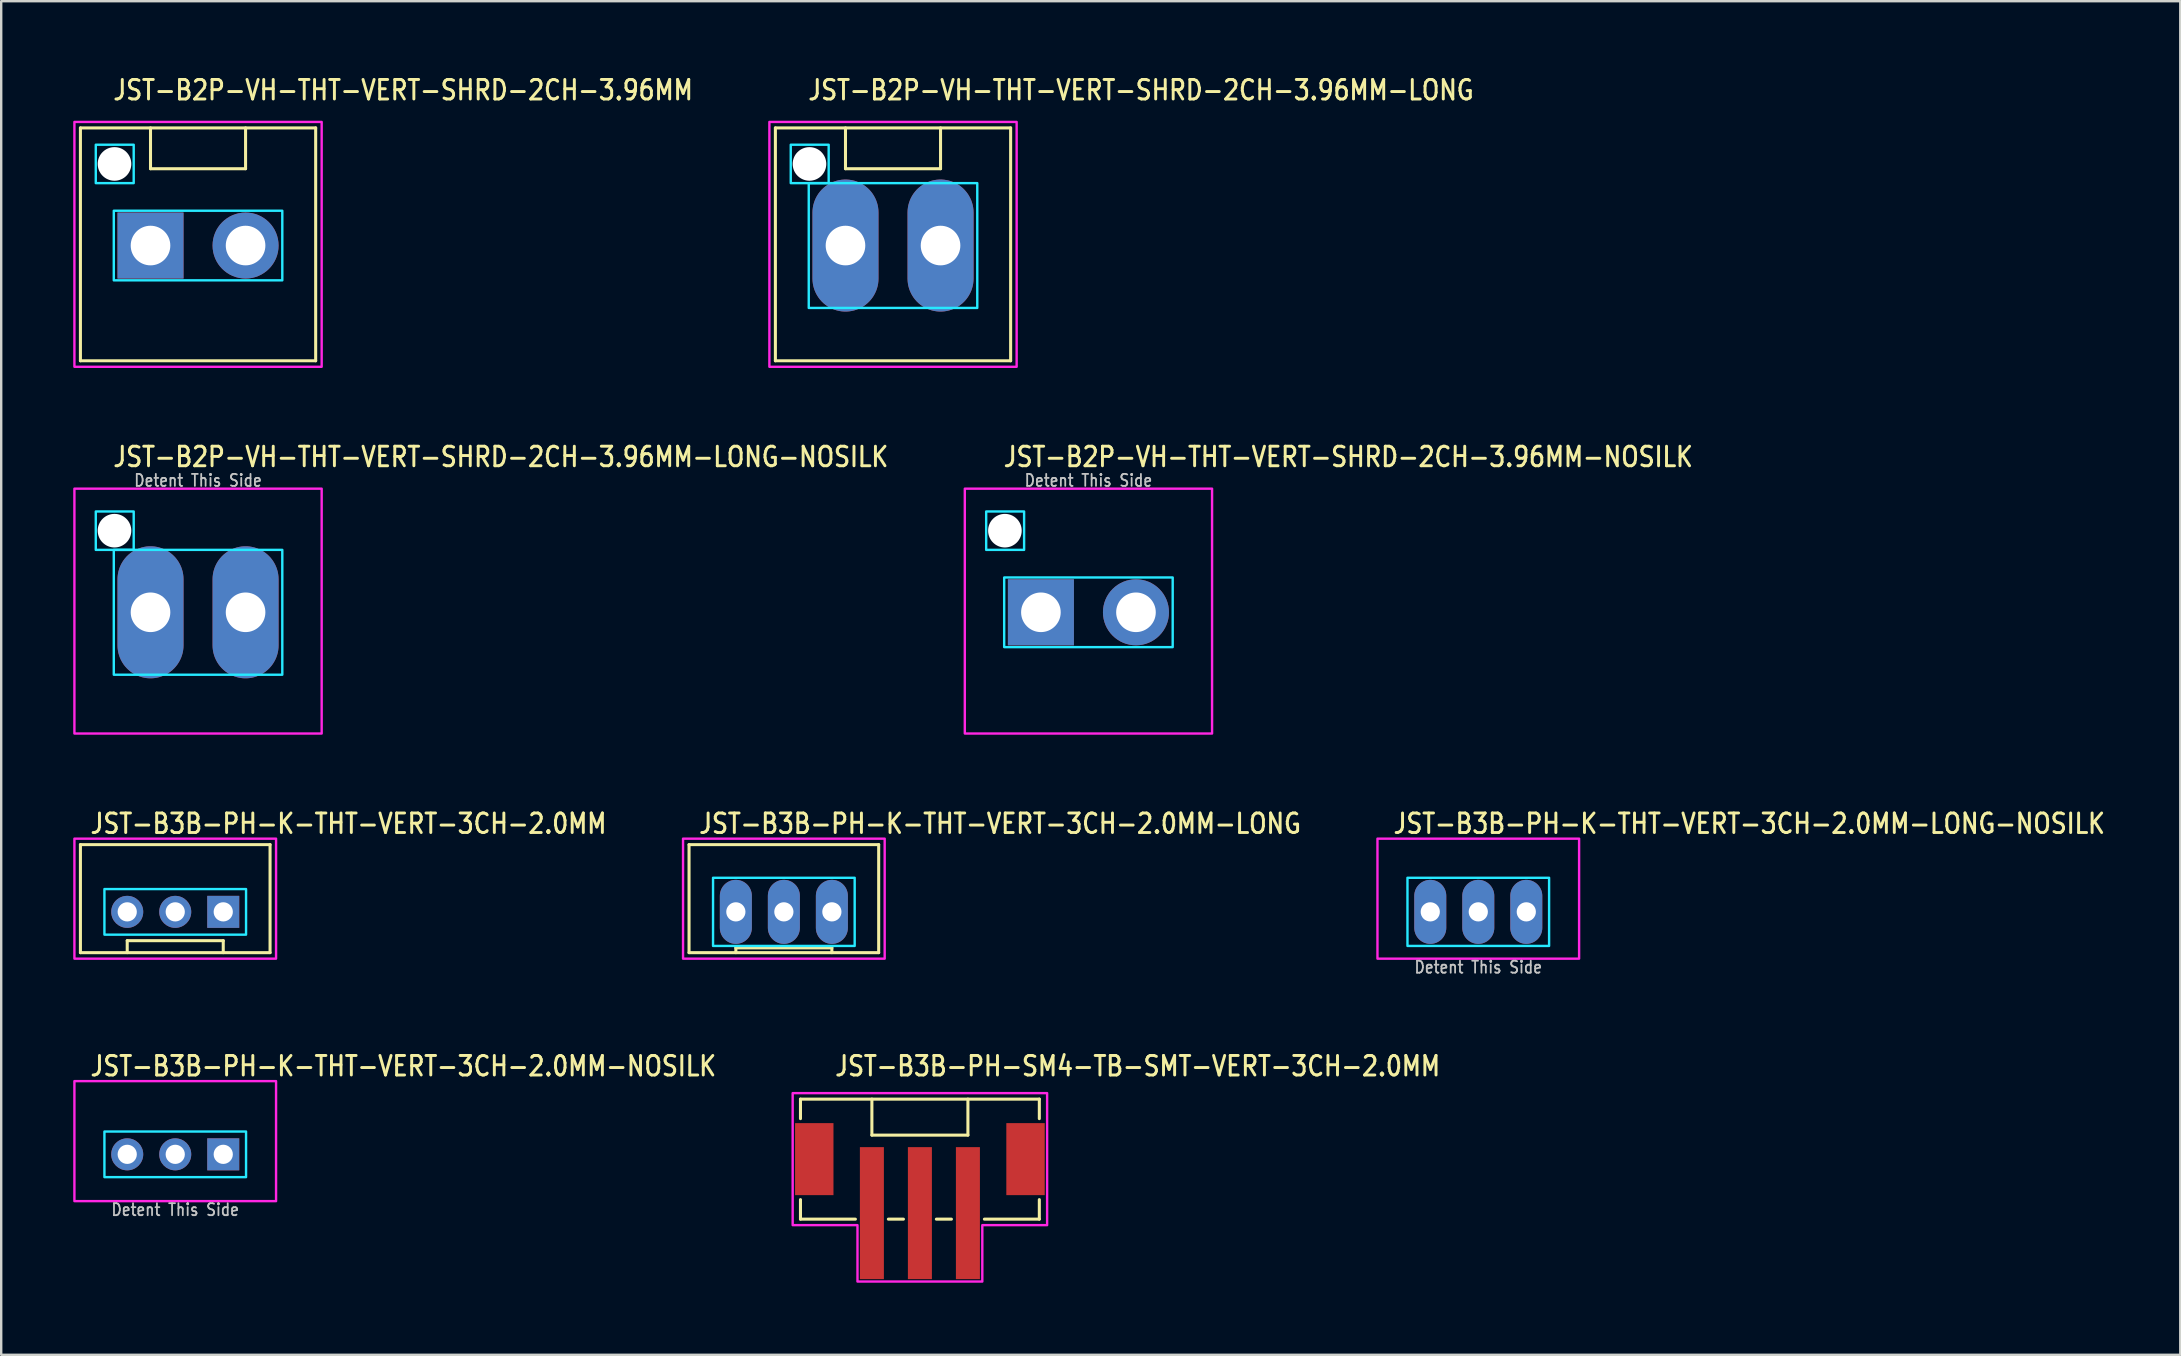
<source format=kicad_pcb>
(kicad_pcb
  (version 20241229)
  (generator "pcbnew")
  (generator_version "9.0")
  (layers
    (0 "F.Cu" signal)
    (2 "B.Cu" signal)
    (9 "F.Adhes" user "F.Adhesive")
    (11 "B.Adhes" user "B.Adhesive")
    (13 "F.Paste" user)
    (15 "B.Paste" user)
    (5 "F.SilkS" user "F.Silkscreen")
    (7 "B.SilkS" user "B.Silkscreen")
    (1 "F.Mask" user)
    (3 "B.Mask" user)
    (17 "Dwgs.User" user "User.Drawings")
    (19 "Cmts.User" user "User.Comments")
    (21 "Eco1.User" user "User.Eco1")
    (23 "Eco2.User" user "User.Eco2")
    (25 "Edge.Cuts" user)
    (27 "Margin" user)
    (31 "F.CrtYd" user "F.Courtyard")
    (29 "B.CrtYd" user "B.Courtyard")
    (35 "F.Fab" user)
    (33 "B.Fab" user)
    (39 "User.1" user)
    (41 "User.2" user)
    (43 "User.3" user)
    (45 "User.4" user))
  (footprint "JST-B3B-PH-K-THT-VERT-3CH-2.0MM-LONG"
    (layer "F.Cu")
    (at 29.604 34.936)
    (property "Reference" "JST-B3B-PH-K-THT-VERT-3CH-2.0MM-LONG" (at -3.6 -3.2 0) (unlocked yes) (layer "F.SilkS") (effects (font (size 0.813 0.695) (thickness 0.122)) (justify left bottom)))
    (fp_line (start -3.95 -2.8) (end -3.95 1.7) (stroke (width 0.127) (type solid)) (layer "F.SilkS"))
    (fp_line (start -3.95 -2.8) (end 3.95 -2.8) (stroke (width 0.127) (type solid)) (layer "F.SilkS"))
    (fp_line (start -3.95 1.7) (end 3.95 1.7) (stroke (width 0.127) (type solid)) (layer "F.SilkS"))
    (fp_line (start -2 1.7) (end -2 1.5) (stroke (width 0.127) (type solid)) (layer "F.SilkS"))
    (fp_line (start 2 1.5) (end -2 1.5) (stroke (width 0.127) (type solid)) (layer "F.SilkS"))
    (fp_line (start 2 1.7) (end 2 1.5) (stroke (width 0.127) (type solid)) (layer "F.SilkS"))
    (fp_line (start 3.95 1.7) (end 3.95 -2.8) (stroke (width 0.127) (type solid)) (layer "F.SilkS"))
    (fp_poly (pts (xy -2.95 -1.42) (xy -2.95 1.42) (xy 2.95 1.42) (xy 2.95 -1.42)) (stroke (width 0.1) (type solid)) (fill no) (layer "B.CrtYd"))
    (fp_poly (pts (xy -4.2 1.95) (xy -4.2 -3.05) (xy 4.2 -3.05) (xy 4.2 1.95)) (stroke (width 0.1) (type solid)) (fill no) (layer "F.CrtYd"))
    (pad "1" thru_hole oval (at 2 0 90) (size 2.667 1.333) (drill 0.8) (layers "*.Cu" "*.Mask"))
    (pad "2" thru_hole oval (at 0 0 90) (size 2.667 1.333) (drill 0.8) (layers "*.Cu" "*.Mask"))
    (pad "3" thru_hole oval (at -2 0 90) (size 2.667 1.333) (drill 0.8) (layers "*.Cu" "*.Mask")))
  (footprint "JST-B3B-PH-K-THT-VERT-3CH-2.0MM"
    (layer "F.Cu")
    (at 4.25 34.936)
    (property "Reference" "JST-B3B-PH-K-THT-VERT-3CH-2.0MM" (at -3.6 -3.2 0) (unlocked yes) (layer "F.SilkS") (effects (font (size 0.813 0.695) (thickness 0.122)) (justify left bottom)))
    (fp_line (start -3.95 -2.8) (end -3.95 1.7) (stroke (width 0.127) (type solid)) (layer "F.SilkS"))
    (fp_line (start -3.95 -2.8) (end 3.95 -2.8) (stroke (width 0.127) (type solid)) (layer "F.SilkS"))
    (fp_line (start -3.95 1.7) (end 3.95 1.7) (stroke (width 0.127) (type solid)) (layer "F.SilkS"))
    (fp_line (start -2 1.7) (end -2 1.2) (stroke (width 0.127) (type solid)) (layer "F.SilkS"))
    (fp_line (start 2 1.2) (end -2 1.2) (stroke (width 0.127) (type solid)) (layer "F.SilkS"))
    (fp_line (start 2 1.7) (end 2 1.2) (stroke (width 0.127) (type solid)) (layer "F.SilkS"))
    (fp_line (start 3.95 1.7) (end 3.95 -2.8) (stroke (width 0.127) (type solid)) (layer "F.SilkS"))
    (fp_poly (pts (xy -2.95 -0.95) (xy -2.95 0.95) (xy 2.95 0.95) (xy 2.95 -0.95)) (stroke (width 0.1) (type solid)) (fill no) (layer "B.CrtYd"))
    (fp_poly (pts (xy -4.2 1.95) (xy -4.2 -3.05) (xy 4.2 -3.05) (xy 4.2 1.95)) (stroke (width 0.1) (type solid)) (fill no) (layer "F.CrtYd"))
    (pad "1" thru_hole rect (at 2 0) (size 1.333 1.333) (drill 0.8) (layers "*.Cu" "*.Mask"))
    (pad "2" thru_hole oval (at 0 0) (size 1.333 1.333) (drill 0.8) (layers "*.Cu" "*.Mask"))
    (pad "3" thru_hole oval (at -2 0) (size 1.333 1.333) (drill 0.8) (layers "*.Cu" "*.Mask")))
  (footprint "JST-B2P-VH-THT-VERT-SHRD-2CH-3.96MM-LONG"
    (layer "F.Cu")
    (at 34.151 7.179)
    (property "Reference" "JST-B2P-VH-THT-VERT-SHRD-2CH-3.96MM-LONG" (at -3.6 -6 0) (unlocked yes) (layer "F.SilkS") (effects (font (size 0.813 0.695) (thickness 0.122)) (justify left bottom)))
    (fp_line (start -4.9 -4.9) (end 4.9 -4.9) (stroke (width 0.127) (type solid)) (layer "F.SilkS"))
    (fp_line (start -4.9 4.8) (end -4.9 -4.9) (stroke (width 0.127) (type solid)) (layer "F.SilkS"))
    (fp_line (start -4.9 4.8) (end 4.9 4.8) (stroke (width 0.127) (type solid)) (layer "F.SilkS"))
    (fp_line (start -1.98 -4.9) (end -1.98 -3.2) (stroke (width 0.127) (type solid)) (layer "F.SilkS"))
    (fp_line (start -1.98 -3.2) (end 1.98 -3.2) (stroke (width 0.127) (type solid)) (layer "F.SilkS"))
    (fp_line (start 1.98 -4.9) (end 1.98 -3.2) (stroke (width 0.127) (type solid)) (layer "F.SilkS"))
    (fp_line (start 4.9 -4.9) (end 4.9 4.8) (stroke (width 0.127) (type solid)) (layer "F.SilkS"))
    (fp_poly (pts (xy -3.51 -2.6) (xy -3.51 2.6) (xy 3.51 2.6) (xy 3.51 -2.6)) (stroke (width 0.1) (type solid)) (fill no) (layer "B.CrtYd"))
    (fp_poly (pts (xy -2.68 -4.2) (xy -2.68 -2.6) (xy -4.26 -2.6) (xy -4.26 -4.2)) (stroke (width 0.1) (type solid)) (fill no) (layer "B.CrtYd"))
    (fp_poly (pts (xy -5.15 -5.15) (xy -5.15 5.05) (xy 5.15 5.05) (xy 5.15 -5.15)) (stroke (width 0.1) (type solid)) (fill no) (layer "F.CrtYd"))
    (pad "" np_thru_hole circle (at -3.48 -3.4) (size 1.4 1.4) (drill 1.4) (layers "*.Cu" "*.Mask"))
    (pad "1" thru_hole oval (at -1.98 0 90) (size 5.5 2.75) (drill 1.65) (layers "*.Cu" "*.Mask"))
    (pad "2" thru_hole oval (at 1.98 0 90) (size 5.5 2.75) (drill 1.65) (layers "*.Cu" "*.Mask")))
  (footprint "JST-B2P-VH-THT-VERT-SHRD-2CH-3.96MM"
    (layer "F.Cu")
    (at 5.2 7.179)
    (property "Reference" "JST-B2P-VH-THT-VERT-SHRD-2CH-3.96MM" (at -3.6 -6 0) (unlocked yes) (layer "F.SilkS") (effects (font (size 0.813 0.695) (thickness 0.122)) (justify left bottom)))
    (fp_line (start -4.9 -4.9) (end 4.9 -4.9) (stroke (width 0.127) (type solid)) (layer "F.SilkS"))
    (fp_line (start -4.9 4.8) (end -4.9 -4.9) (stroke (width 0.127) (type solid)) (layer "F.SilkS"))
    (fp_line (start -4.9 4.8) (end 4.9 4.8) (stroke (width 0.127) (type solid)) (layer "F.SilkS"))
    (fp_line (start -1.98 -4.9) (end -1.98 -3.2) (stroke (width 0.127) (type solid)) (layer "F.SilkS"))
    (fp_line (start -1.98 -3.2) (end 1.98 -3.2) (stroke (width 0.127) (type solid)) (layer "F.SilkS"))
    (fp_line (start 1.98 -4.9) (end 1.98 -3.2) (stroke (width 0.127) (type solid)) (layer "F.SilkS"))
    (fp_line (start 4.9 -4.9) (end 4.9 4.8) (stroke (width 0.127) (type solid)) (layer "F.SilkS"))
    (fp_poly (pts (xy -3.51 -1.45) (xy -3.51 1.45) (xy 3.51 1.45) (xy 3.51 -1.45)) (stroke (width 0.1) (type solid)) (fill no) (layer "B.CrtYd"))
    (fp_poly (pts (xy -2.68 -4.2) (xy -2.68 -2.6) (xy -4.26 -2.6) (xy -4.26 -4.2)) (stroke (width 0.1) (type solid)) (fill no) (layer "B.CrtYd"))
    (fp_poly (pts (xy -5.15 -5.15) (xy -5.15 5.05) (xy 5.15 5.05) (xy 5.15 -5.15)) (stroke (width 0.1) (type solid)) (fill no) (layer "F.CrtYd"))
    (pad "" np_thru_hole circle (at -3.48 -3.4) (size 1.4 1.4) (drill 1.4) (layers "*.Cu" "*.Mask"))
    (pad "1" thru_hole rect (at -1.98 0) (size 2.75 2.75) (drill 1.65) (layers "*.Cu" "*.Mask"))
    (pad "2" thru_hole oval (at 1.98 0) (size 2.75 2.75) (drill 1.65) (layers "*.Cu" "*.Mask")))
  (footprint "JST-B3B-PH-K-THT-VERT-3CH-2.0MM-LONG-NOSILK"
    (layer "F.Cu")
    (at 58.532 34.936)
    (property "Reference" "JST-B3B-PH-K-THT-VERT-3CH-2.0MM-LONG-NOSILK" (at -3.6 -3.2 0) (unlocked yes) (layer "F.SilkS") (effects (font (size 0.813 0.695) (thickness 0.122)) (justify left bottom)))
    (fp_poly (pts (xy -2.95 -1.42) (xy -2.95 1.42) (xy 2.95 1.42) (xy 2.95 -1.42)) (stroke (width 0.1) (type solid)) (fill no) (layer "B.CrtYd"))
    (fp_poly (pts (xy -4.2 1.95) (xy -4.2 -3.05) (xy 4.2 -3.05) (xy 4.2 1.95)) (stroke (width 0.1) (type solid)) (fill no) (layer "F.CrtYd"))
    (fp_text user "Detent This Side" (at 0 2.6 0) (unlocked yes) (layer "Dwgs.User") (effects (font (size 0.5 0.427) (thickness 0.075)) (justify bottom)))
    (pad "1" thru_hole oval (at 2 0 90) (size 2.667 1.333) (drill 0.8) (layers "*.Cu" "*.Mask"))
    (pad "2" thru_hole oval (at 0 0 90) (size 2.667 1.333) (drill 0.8) (layers "*.Cu" "*.Mask"))
    (pad "3" thru_hole oval (at -2 0 90) (size 2.667 1.333) (drill 0.8) (layers "*.Cu" "*.Mask")))
  (footprint "JST-B2P-VH-THT-VERT-SHRD-2CH-3.96MM-LONG-NOSILK"
    (layer "F.Cu")
    (at 5.2 22.457)
    (property "Reference" "JST-B2P-VH-THT-VERT-SHRD-2CH-3.96MM-LONG-NOSILK" (at -3.6 -6 0) (unlocked yes) (layer "F.SilkS") (effects (font (size 0.813 0.695) (thickness 0.122)) (justify left bottom)))
    (fp_poly (pts (xy -3.51 -2.6) (xy -3.51 2.6) (xy 3.51 2.6) (xy 3.51 -2.6)) (stroke (width 0.1) (type solid)) (fill no) (layer "B.CrtYd"))
    (fp_poly (pts (xy -2.68 -4.2) (xy -2.68 -2.6) (xy -4.26 -2.6) (xy -4.26 -4.2)) (stroke (width 0.1) (type solid)) (fill no) (layer "B.CrtYd"))
    (fp_poly (pts (xy -5.15 -5.15) (xy -5.15 5.05) (xy 5.15 5.05) (xy 5.15 -5.15)) (stroke (width 0.1) (type solid)) (fill no) (layer "F.CrtYd"))
    (fp_text user "Detent This Side" (at 0 -5.2 0) (unlocked yes) (layer "Dwgs.User") (effects (font (size 0.5 0.427) (thickness 0.075)) (justify bottom)))
    (pad "" np_thru_hole circle (at -3.48 -3.4) (size 1.4 1.4) (drill 1.4) (layers "*.Cu" "*.Mask"))
    (pad "1" thru_hole oval (at -1.98 0 90) (size 5.5 2.75) (drill 1.65) (layers "*.Cu" "*.Mask"))
    (pad "2" thru_hole oval (at 1.98 0 90) (size 5.5 2.75) (drill 1.65) (layers "*.Cu" "*.Mask")))
  (footprint "JST-B2P-VH-THT-VERT-SHRD-2CH-3.96MM-NOSILK"
    (layer "F.Cu")
    (at 42.292 22.457)
    (property "Reference" "JST-B2P-VH-THT-VERT-SHRD-2CH-3.96MM-NOSILK" (at -3.6 -6 0) (unlocked yes) (layer "F.SilkS") (effects (font (size 0.813 0.695) (thickness 0.122)) (justify left bottom)))
    (fp_poly (pts (xy -3.51 -1.45) (xy -3.51 1.45) (xy 3.51 1.45) (xy 3.51 -1.45)) (stroke (width 0.1) (type solid)) (fill no) (layer "B.CrtYd"))
    (fp_poly (pts (xy -2.68 -4.2) (xy -2.68 -2.6) (xy -4.26 -2.6) (xy -4.26 -4.2)) (stroke (width 0.1) (type solid)) (fill no) (layer "B.CrtYd"))
    (fp_poly (pts (xy -5.15 -5.15) (xy -5.15 5.05) (xy 5.15 5.05) (xy 5.15 -5.15)) (stroke (width 0.1) (type solid)) (fill no) (layer "F.CrtYd"))
    (fp_text user "Detent This Side" (at 0 -5.2 0) (unlocked yes) (layer "Dwgs.User") (effects (font (size 0.5 0.427) (thickness 0.075)) (justify bottom)))
    (pad "" np_thru_hole circle (at -3.48 -3.4) (size 1.4 1.4) (drill 1.4) (layers "*.Cu" "*.Mask"))
    (pad "1" thru_hole rect (at -1.98 0) (size 2.75 2.75) (drill 1.65) (layers "*.Cu" "*.Mask"))
    (pad "2" thru_hole oval (at 1.98 0) (size 2.75 2.75) (drill 1.65) (layers "*.Cu" "*.Mask")))
  (footprint "JST-B3B-PH-SM4-TB-SMT-VERT-3CH-2.0MM"
    (layer "F.Cu")
    (at 35.271 45.237)
    (property "Reference" "JST-B3B-PH-SM4-TB-SMT-VERT-3CH-2.0MM" (at -3.6 -3.4 0) (unlocked yes) (layer "F.SilkS") (effects (font (size 0.813 0.695) (thickness 0.122)) (justify left bottom)))
    (fp_line (start -4.975 -2.5) (end -4.975 -1.687) (stroke (width 0.127) (type solid)) (layer "F.SilkS"))
    (fp_line (start -4.975 -2.5) (end 4.975 -2.5) (stroke (width 0.127) (type solid)) (layer "F.SilkS"))
    (fp_line (start -4.975 2.5) (end -4.975 1.687) (stroke (width 0.127) (type solid)) (layer "F.SilkS"))
    (fp_line (start -4.975 2.5) (end -2.687 2.5) (stroke (width 0.127) (type solid)) (layer "F.SilkS"))
    (fp_line (start -2 -2.5) (end -2 -1) (stroke (width 0.127) (type solid)) (layer "F.SilkS"))
    (fp_line (start -2 -1) (end 2 -1) (stroke (width 0.127) (type solid)) (layer "F.SilkS"))
    (fp_line (start -1.313 2.5) (end -0.686 2.5) (stroke (width 0.127) (type solid)) (layer "F.SilkS"))
    (fp_line (start 0.686 2.5) (end 1.313 2.5) (stroke (width 0.127) (type solid)) (layer "F.SilkS"))
    (fp_line (start 2 -1) (end 2 -2.5) (stroke (width 0.127) (type solid)) (layer "F.SilkS"))
    (fp_line (start 2.687 2.5) (end 4.975 2.5) (stroke (width 0.127) (type solid)) (layer "F.SilkS"))
    (fp_line (start 4.975 -1.687) (end 4.975 -2.5) (stroke (width 0.127) (type solid)) (layer "F.SilkS"))
    (fp_line (start 4.975 1.687) (end 4.975 2.5) (stroke (width 0.127) (type solid)) (layer "F.SilkS"))
    (fp_poly (pts (xy -5.3 -2.75) (xy -5.3 2.75) (xy -2.6 2.75) (xy -2.6 5.1) (xy 2.6 5.1) (xy 2.6 2.75) (xy 5.3 2.75) (xy 5.3 -2.75)) (stroke (width 0.1) (type solid)) (fill no) (layer "F.CrtYd"))
    (pad "1" smd rect (at -2 2.25) (size 1 5.5) (layers "F.Cu" "F.Mask" "F.Paste"))
    (pad "2" smd rect (at 0 2.25) (size 1 5.5) (layers "F.Cu" "F.Mask" "F.Paste"))
    (pad "3" smd rect (at 2 2.25) (size 1 5.5) (layers "F.Cu" "F.Mask" "F.Paste"))
    (pad "S_1" smd rect (at -4.4 0) (size 1.6 3) (layers "F.Cu" "F.Mask" "F.Paste"))
    (pad "S_2" smd rect (at 4.4 0) (size 1.6 3) (layers "F.Cu" "F.Mask" "F.Paste")))
  (footprint "JST-B3B-PH-K-THT-VERT-3CH-2.0MM-NOSILK"
    (layer "F.Cu")
    (at 4.25 45.037)
    (property "Reference" "JST-B3B-PH-K-THT-VERT-3CH-2.0MM-NOSILK" (at -3.6 -3.2 0) (unlocked yes) (layer "F.SilkS") (effects (font (size 0.813 0.695) (thickness 0.122)) (justify left bottom)))
    (fp_poly (pts (xy -2.95 -0.95) (xy -2.95 0.95) (xy 2.95 0.95) (xy 2.95 -0.95)) (stroke (width 0.1) (type solid)) (fill no) (layer "B.CrtYd"))
    (fp_poly (pts (xy -4.2 1.95) (xy -4.2 -3.05) (xy 4.2 -3.05) (xy 4.2 1.95)) (stroke (width 0.1) (type solid)) (fill no) (layer "F.CrtYd"))
    (fp_text user "Detent This Side" (at 0 2.6 0) (unlocked yes) (layer "Dwgs.User") (effects (font (size 0.5 0.427) (thickness 0.075)) (justify bottom)))
    (pad "1" thru_hole rect (at 2 0) (size 1.333 1.333) (drill 0.8) (layers "*.Cu" "*.Mask"))
    (pad "2" thru_hole oval (at 0 0) (size 1.333 1.333) (drill 0.8) (layers "*.Cu" "*.Mask"))
    (pad "3" thru_hole oval (at -2 0) (size 1.333 1.333) (drill 0.8) (layers "*.Cu" "*.Mask")))
  (gr_rect
    (start -3 -3)
    (end 87.776 53.387)
    (stroke (width 0.1) (type default))
    (fill no)
    (layer "Edge.Cuts")))
</source>
